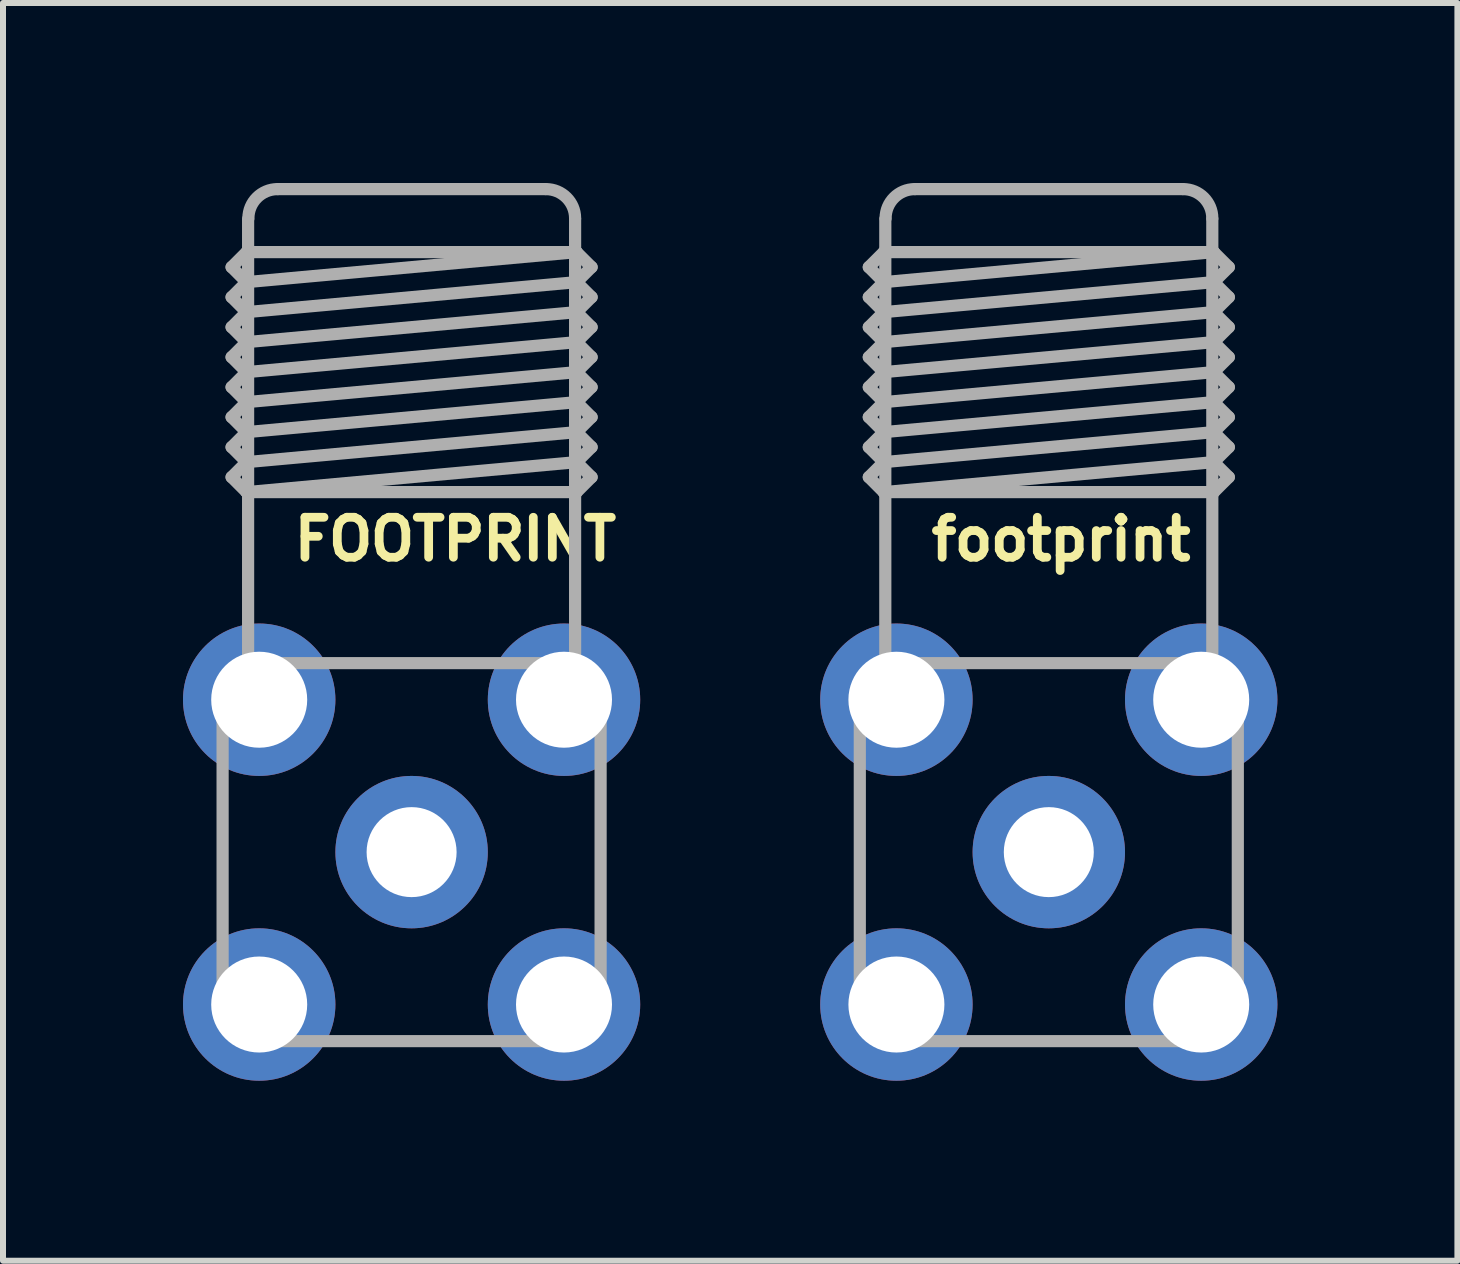
<source format=kicad_pcb>
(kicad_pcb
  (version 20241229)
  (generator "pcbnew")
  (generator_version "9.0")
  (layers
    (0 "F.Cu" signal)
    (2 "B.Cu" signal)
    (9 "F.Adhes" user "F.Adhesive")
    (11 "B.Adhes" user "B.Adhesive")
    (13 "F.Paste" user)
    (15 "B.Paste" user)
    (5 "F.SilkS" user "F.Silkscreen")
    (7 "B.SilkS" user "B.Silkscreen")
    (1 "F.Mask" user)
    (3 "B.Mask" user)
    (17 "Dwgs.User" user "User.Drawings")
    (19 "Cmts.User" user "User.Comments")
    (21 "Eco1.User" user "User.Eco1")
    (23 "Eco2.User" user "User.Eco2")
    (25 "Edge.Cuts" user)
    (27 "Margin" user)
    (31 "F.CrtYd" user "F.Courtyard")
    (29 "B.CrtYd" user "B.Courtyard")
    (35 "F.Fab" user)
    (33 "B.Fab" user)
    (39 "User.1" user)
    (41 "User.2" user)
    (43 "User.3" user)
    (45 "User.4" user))
  (footprint "FOOTPRINT"
    (layer "F.Cu")
    (at 3.81 11.152)
    (property "Reference" "FOOTPRINT" (at -2.032 -4.826 0) (layer "F.SilkS") (effects (font (size 0.666 0.666) (thickness 0.146)) (justify left bottom)))
    (fp_line (start -3.15 2.52) (end -3.15 -2.52) (stroke (width 0.203) (type solid)) (layer "F.Fab"))
    (fp_line (start -3 -9.75) (end -2.75 -9.5) (stroke (width 0.203) (type solid)) (layer "F.Fab"))
    (fp_line (start -3 -9.25) (end -2.75 -9) (stroke (width 0.203) (type solid)) (layer "F.Fab"))
    (fp_line (start -3 -8.75) (end -2.75 -8.5) (stroke (width 0.203) (type solid)) (layer "F.Fab"))
    (fp_line (start -3 -8.25) (end -2.75 -8) (stroke (width 0.203) (type solid)) (layer "F.Fab"))
    (fp_line (start -3 -7.75) (end -2.75 -7.5) (stroke (width 0.203) (type solid)) (layer "F.Fab"))
    (fp_line (start -3 -7.25) (end -2.75 -7) (stroke (width 0.203) (type solid)) (layer "F.Fab"))
    (fp_line (start -3 -6.75) (end -2.75 -6.5) (stroke (width 0.203) (type solid)) (layer "F.Fab"))
    (fp_line (start -3 -6.25) (end -2.75 -6) (stroke (width 0.203) (type solid)) (layer "F.Fab"))
    (fp_line (start -2.75 -10) (end -3 -9.75) (stroke (width 0.203) (type solid)) (layer "F.Fab"))
    (fp_line (start -2.75 -10) (end 2.75 -10) (stroke (width 0.203) (type solid)) (layer "F.Fab"))
    (fp_line (start -2.75 -9.5) (end -3 -9.25) (stroke (width 0.203) (type solid)) (layer "F.Fab"))
    (fp_line (start -2.75 -9.5) (end 2.75 -10) (stroke (width 0.203) (type solid)) (layer "F.Fab"))
    (fp_line (start -2.75 -9) (end -3 -8.75) (stroke (width 0.203) (type solid)) (layer "F.Fab"))
    (fp_line (start -2.75 -9) (end 2.75 -9.5) (stroke (width 0.203) (type solid)) (layer "F.Fab"))
    (fp_line (start -2.75 -8.5) (end -3 -8.25) (stroke (width 0.203) (type solid)) (layer "F.Fab"))
    (fp_line (start -2.75 -8.5) (end 2.75 -9) (stroke (width 0.203) (type solid)) (layer "F.Fab"))
    (fp_line (start -2.75 -8) (end -3 -7.75) (stroke (width 0.203) (type solid)) (layer "F.Fab"))
    (fp_line (start -2.75 -8) (end 2.75 -8.5) (stroke (width 0.203) (type solid)) (layer "F.Fab"))
    (fp_line (start -2.75 -7.5) (end -3 -7.25) (stroke (width 0.203) (type solid)) (layer "F.Fab"))
    (fp_line (start -2.75 -7.5) (end 2.75 -8) (stroke (width 0.203) (type solid)) (layer "F.Fab"))
    (fp_line (start -2.75 -7) (end -3 -6.75) (stroke (width 0.203) (type solid)) (layer "F.Fab"))
    (fp_line (start -2.75 -7) (end 2.75 -7.5) (stroke (width 0.203) (type solid)) (layer "F.Fab"))
    (fp_line (start -2.75 -6.5) (end -3 -6.25) (stroke (width 0.203) (type solid)) (layer "F.Fab"))
    (fp_line (start -2.75 -6.5) (end 2.75 -7) (stroke (width 0.203) (type solid)) (layer "F.Fab"))
    (fp_line (start -2.75 -6) (end 2.75 -6.5) (stroke (width 0.203) (type solid)) (layer "F.Fab"))
    (fp_line (start -2.75 -6) (end 2.75 -6) (stroke (width 0.203) (type solid)) (layer "F.Fab"))
    (fp_line (start -2.725 -10.55) (end -2.725 -3.15) (stroke (width 0.203) (type solid)) (layer "F.Fab"))
    (fp_line (start -2.52 -3.15) (end 2.52 -3.15) (stroke (width 0.203) (type solid)) (layer "F.Fab"))
    (fp_line (start -2.225 -11.05) (end 2.225 -11.05) (stroke (width 0.203) (type solid)) (layer "F.Fab"))
    (fp_line (start 2.52 3.15) (end -2.52 3.15) (stroke (width 0.203) (type solid)) (layer "F.Fab"))
    (fp_line (start 2.725 -10.55) (end 2.725 -3.15) (stroke (width 0.203) (type solid)) (layer "F.Fab"))
    (fp_line (start 2.75 -10) (end 3 -9.75) (stroke (width 0.203) (type solid)) (layer "F.Fab"))
    (fp_line (start 2.75 -9.5) (end 3 -9.25) (stroke (width 0.203) (type solid)) (layer "F.Fab"))
    (fp_line (start 2.75 -9) (end 3 -8.75) (stroke (width 0.203) (type solid)) (layer "F.Fab"))
    (fp_line (start 2.75 -8.5) (end 3 -8.25) (stroke (width 0.203) (type solid)) (layer "F.Fab"))
    (fp_line (start 2.75 -8) (end 3 -7.75) (stroke (width 0.203) (type solid)) (layer "F.Fab"))
    (fp_line (start 2.75 -7.5) (end 3 -7.25) (stroke (width 0.203) (type solid)) (layer "F.Fab"))
    (fp_line (start 2.75 -7) (end 3 -6.75) (stroke (width 0.203) (type solid)) (layer "F.Fab"))
    (fp_line (start 2.75 -6.5) (end 3 -6.25) (stroke (width 0.203) (type solid)) (layer "F.Fab"))
    (fp_line (start 3 -9.75) (end 2.75 -9.5) (stroke (width 0.203) (type solid)) (layer "F.Fab"))
    (fp_line (start 3 -9.25) (end 2.75 -9) (stroke (width 0.203) (type solid)) (layer "F.Fab"))
    (fp_line (start 3 -8.75) (end 2.75 -8.5) (stroke (width 0.203) (type solid)) (layer "F.Fab"))
    (fp_line (start 3 -8.25) (end 2.75 -8) (stroke (width 0.203) (type solid)) (layer "F.Fab"))
    (fp_line (start 3 -7.75) (end 2.75 -7.5) (stroke (width 0.203) (type solid)) (layer "F.Fab"))
    (fp_line (start 3 -7.25) (end 2.75 -7) (stroke (width 0.203) (type solid)) (layer "F.Fab"))
    (fp_line (start 3 -6.75) (end 2.75 -6.5) (stroke (width 0.203) (type solid)) (layer "F.Fab"))
    (fp_line (start 3 -6.25) (end 2.75 -6) (stroke (width 0.203) (type solid)) (layer "F.Fab"))
    (fp_line (start 3.15 -2.52) (end 3.15 2.52) (stroke (width 0.203) (type solid)) (layer "F.Fab"))
    (fp_arc (start -3.15 -2.52) (mid -2.965477 -2.965477) (end -2.52 -3.15) (stroke (width 0.2032) (type solid)) (layer "F.Fab"))
    (fp_arc (start -2.72 -10.565) (mid -2.577947 -10.907947) (end -2.235 -11.05) (stroke (width 0.2032) (type solid)) (layer "F.Fab"))
    (fp_arc (start -2.52 3.15) (mid -2.965477 2.965477) (end -3.15 2.52) (stroke (width 0.2032) (type solid)) (layer "F.Fab"))
    (fp_arc (start 2.24 -11.05) (mid 2.582947 -10.907947) (end 2.725 -10.565) (stroke (width 0.2032) (type solid)) (layer "F.Fab"))
    (fp_arc (start 2.52 -3.15) (mid 2.965477 -2.965477) (end 3.15 -2.52) (stroke (width 0.2032) (type solid)) (layer "F.Fab"))
    (fp_arc (start 3.15 2.52) (mid 2.965477 2.965477) (end 2.52 3.15) (stroke (width 0.2032) (type solid)) (layer "F.Fab"))
    (pad "ANTENNA" thru_hole circle (at 0 0) (size 2.54 2.54) (drill 1.5) (layers "*.Cu" "*.Mask"))
    (pad "GND1" thru_hole circle (at -2.54 -2.54) (size 2.54 2.54) (drill 1.6) (layers "*.Cu" "*.Mask"))
    (pad "GND2" thru_hole circle (at 2.54 -2.54) (size 2.54 2.54) (drill 1.6) (layers "*.Cu" "*.Mask"))
    (pad "GND3" thru_hole circle (at -2.54 2.54) (size 2.54 2.54) (drill 1.6) (layers "*.Cu" "*.Mask"))
    (pad "GND4" thru_hole circle (at 2.54 2.54) (size 2.54 2.54) (drill 1.6) (layers "*.Cu" "*.Mask")))
  (footprint "footprint"
    (layer "F.Cu")
    (at 14.43 11.152)
    (property "Reference" "footprint" (at -2.032 -4.826 0) (layer "F.SilkS") (effects (font (size 0.666 0.666) (thickness 0.146)) (justify left bottom)))
    (fp_line (start -3.15 2.52) (end -3.15 -2.52) (stroke (width 0.203) (type solid)) (layer "F.Fab"))
    (fp_line (start -3 -9.75) (end -2.75 -9.5) (stroke (width 0.203) (type solid)) (layer "F.Fab"))
    (fp_line (start -3 -9.25) (end -2.75 -9) (stroke (width 0.203) (type solid)) (layer "F.Fab"))
    (fp_line (start -3 -8.75) (end -2.75 -8.5) (stroke (width 0.203) (type solid)) (layer "F.Fab"))
    (fp_line (start -3 -8.25) (end -2.75 -8) (stroke (width 0.203) (type solid)) (layer "F.Fab"))
    (fp_line (start -3 -7.75) (end -2.75 -7.5) (stroke (width 0.203) (type solid)) (layer "F.Fab"))
    (fp_line (start -3 -7.25) (end -2.75 -7) (stroke (width 0.203) (type solid)) (layer "F.Fab"))
    (fp_line (start -3 -6.75) (end -2.75 -6.5) (stroke (width 0.203) (type solid)) (layer "F.Fab"))
    (fp_line (start -3 -6.25) (end -2.75 -6) (stroke (width 0.203) (type solid)) (layer "F.Fab"))
    (fp_line (start -2.75 -10) (end -3 -9.75) (stroke (width 0.203) (type solid)) (layer "F.Fab"))
    (fp_line (start -2.75 -10) (end 2.75 -10) (stroke (width 0.203) (type solid)) (layer "F.Fab"))
    (fp_line (start -2.75 -9.5) (end -3 -9.25) (stroke (width 0.203) (type solid)) (layer "F.Fab"))
    (fp_line (start -2.75 -9.5) (end 2.75 -10) (stroke (width 0.203) (type solid)) (layer "F.Fab"))
    (fp_line (start -2.75 -9) (end -3 -8.75) (stroke (width 0.203) (type solid)) (layer "F.Fab"))
    (fp_line (start -2.75 -9) (end 2.75 -9.5) (stroke (width 0.203) (type solid)) (layer "F.Fab"))
    (fp_line (start -2.75 -8.5) (end -3 -8.25) (stroke (width 0.203) (type solid)) (layer "F.Fab"))
    (fp_line (start -2.75 -8.5) (end 2.75 -9) (stroke (width 0.203) (type solid)) (layer "F.Fab"))
    (fp_line (start -2.75 -8) (end -3 -7.75) (stroke (width 0.203) (type solid)) (layer "F.Fab"))
    (fp_line (start -2.75 -8) (end 2.75 -8.5) (stroke (width 0.203) (type solid)) (layer "F.Fab"))
    (fp_line (start -2.75 -7.5) (end -3 -7.25) (stroke (width 0.203) (type solid)) (layer "F.Fab"))
    (fp_line (start -2.75 -7.5) (end 2.75 -8) (stroke (width 0.203) (type solid)) (layer "F.Fab"))
    (fp_line (start -2.75 -7) (end -3 -6.75) (stroke (width 0.203) (type solid)) (layer "F.Fab"))
    (fp_line (start -2.75 -7) (end 2.75 -7.5) (stroke (width 0.203) (type solid)) (layer "F.Fab"))
    (fp_line (start -2.75 -6.5) (end -3 -6.25) (stroke (width 0.203) (type solid)) (layer "F.Fab"))
    (fp_line (start -2.75 -6.5) (end 2.75 -7) (stroke (width 0.203) (type solid)) (layer "F.Fab"))
    (fp_line (start -2.75 -6) (end 2.75 -6.5) (stroke (width 0.203) (type solid)) (layer "F.Fab"))
    (fp_line (start -2.75 -6) (end 2.75 -6) (stroke (width 0.203) (type solid)) (layer "F.Fab"))
    (fp_line (start -2.725 -10.55) (end -2.725 -3.15) (stroke (width 0.203) (type solid)) (layer "F.Fab"))
    (fp_line (start -2.52 -3.15) (end 2.52 -3.15) (stroke (width 0.203) (type solid)) (layer "F.Fab"))
    (fp_line (start -2.225 -11.05) (end 2.225 -11.05) (stroke (width 0.203) (type solid)) (layer "F.Fab"))
    (fp_line (start 2.52 3.15) (end -2.52 3.15) (stroke (width 0.203) (type solid)) (layer "F.Fab"))
    (fp_line (start 2.725 -10.55) (end 2.725 -3.15) (stroke (width 0.203) (type solid)) (layer "F.Fab"))
    (fp_line (start 2.75 -10) (end 3 -9.75) (stroke (width 0.203) (type solid)) (layer "F.Fab"))
    (fp_line (start 2.75 -9.5) (end 3 -9.25) (stroke (width 0.203) (type solid)) (layer "F.Fab"))
    (fp_line (start 2.75 -9) (end 3 -8.75) (stroke (width 0.203) (type solid)) (layer "F.Fab"))
    (fp_line (start 2.75 -8.5) (end 3 -8.25) (stroke (width 0.203) (type solid)) (layer "F.Fab"))
    (fp_line (start 2.75 -8) (end 3 -7.75) (stroke (width 0.203) (type solid)) (layer "F.Fab"))
    (fp_line (start 2.75 -7.5) (end 3 -7.25) (stroke (width 0.203) (type solid)) (layer "F.Fab"))
    (fp_line (start 2.75 -7) (end 3 -6.75) (stroke (width 0.203) (type solid)) (layer "F.Fab"))
    (fp_line (start 2.75 -6.5) (end 3 -6.25) (stroke (width 0.203) (type solid)) (layer "F.Fab"))
    (fp_line (start 3 -9.75) (end 2.75 -9.5) (stroke (width 0.203) (type solid)) (layer "F.Fab"))
    (fp_line (start 3 -9.25) (end 2.75 -9) (stroke (width 0.203) (type solid)) (layer "F.Fab"))
    (fp_line (start 3 -8.75) (end 2.75 -8.5) (stroke (width 0.203) (type solid)) (layer "F.Fab"))
    (fp_line (start 3 -8.25) (end 2.75 -8) (stroke (width 0.203) (type solid)) (layer "F.Fab"))
    (fp_line (start 3 -7.75) (end 2.75 -7.5) (stroke (width 0.203) (type solid)) (layer "F.Fab"))
    (fp_line (start 3 -7.25) (end 2.75 -7) (stroke (width 0.203) (type solid)) (layer "F.Fab"))
    (fp_line (start 3 -6.75) (end 2.75 -6.5) (stroke (width 0.203) (type solid)) (layer "F.Fab"))
    (fp_line (start 3 -6.25) (end 2.75 -6) (stroke (width 0.203) (type solid)) (layer "F.Fab"))
    (fp_line (start 3.15 -2.52) (end 3.15 2.52) (stroke (width 0.203) (type solid)) (layer "F.Fab"))
    (fp_arc (start -3.15 -2.52) (mid -2.965477 -2.965477) (end -2.52 -3.15) (stroke (width 0.2032) (type solid)) (layer "F.Fab"))
    (fp_arc (start -2.72 -10.565) (mid -2.577947 -10.907947) (end -2.235 -11.05) (stroke (width 0.2032) (type solid)) (layer "F.Fab"))
    (fp_arc (start -2.52 3.15) (mid -2.965477 2.965477) (end -3.15 2.52) (stroke (width 0.2032) (type solid)) (layer "F.Fab"))
    (fp_arc (start 2.24 -11.05) (mid 2.582947 -10.907947) (end 2.725 -10.565) (stroke (width 0.2032) (type solid)) (layer "F.Fab"))
    (fp_arc (start 2.52 -3.15) (mid 2.965477 -2.965477) (end 3.15 -2.52) (stroke (width 0.2032) (type solid)) (layer "F.Fab"))
    (fp_arc (start 3.15 2.52) (mid 2.965477 2.965477) (end 2.52 3.15) (stroke (width 0.2032) (type solid)) (layer "F.Fab"))
    (pad "ANTENNA" thru_hole circle (at 0 0) (size 2.54 2.54) (drill 1.5) (layers "*.Cu" "*.Mask"))
    (pad "GND1" thru_hole circle (at -2.54 -2.54) (size 2.54 2.54) (drill 1.6) (layers "*.Cu" "*.Mask"))
    (pad "GND2" thru_hole circle (at 2.54 -2.54) (size 2.54 2.54) (drill 1.6) (layers "*.Cu" "*.Mask"))
    (pad "GND3" thru_hole circle (at -2.54 2.54) (size 2.54 2.54) (drill 1.6) (layers "*.Cu" "*.Mask"))
    (pad "GND4" thru_hole circle (at 2.54 2.54) (size 2.54 2.54) (drill 1.6) (layers "*.Cu" "*.Mask")))
  (gr_rect
    (start -3 -3)
    (end 21.24 17.962)
    (stroke (width 0.1) (type default))
    (fill no)
    (layer "Edge.Cuts")))
</source>
